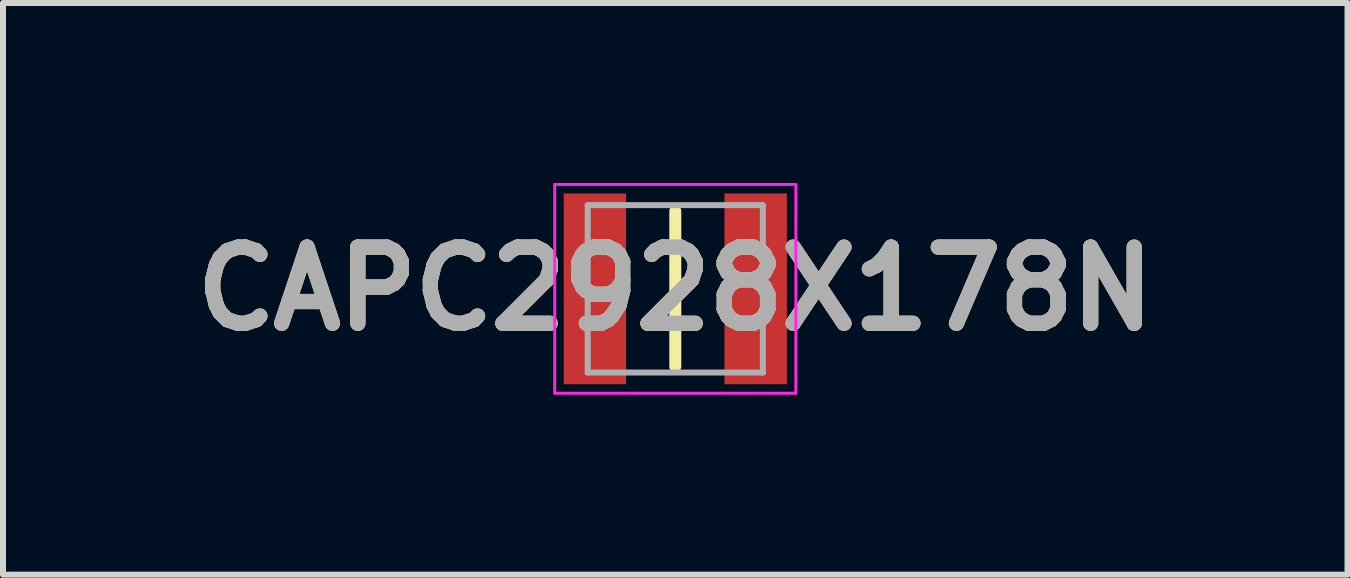
<source format=kicad_pcb>
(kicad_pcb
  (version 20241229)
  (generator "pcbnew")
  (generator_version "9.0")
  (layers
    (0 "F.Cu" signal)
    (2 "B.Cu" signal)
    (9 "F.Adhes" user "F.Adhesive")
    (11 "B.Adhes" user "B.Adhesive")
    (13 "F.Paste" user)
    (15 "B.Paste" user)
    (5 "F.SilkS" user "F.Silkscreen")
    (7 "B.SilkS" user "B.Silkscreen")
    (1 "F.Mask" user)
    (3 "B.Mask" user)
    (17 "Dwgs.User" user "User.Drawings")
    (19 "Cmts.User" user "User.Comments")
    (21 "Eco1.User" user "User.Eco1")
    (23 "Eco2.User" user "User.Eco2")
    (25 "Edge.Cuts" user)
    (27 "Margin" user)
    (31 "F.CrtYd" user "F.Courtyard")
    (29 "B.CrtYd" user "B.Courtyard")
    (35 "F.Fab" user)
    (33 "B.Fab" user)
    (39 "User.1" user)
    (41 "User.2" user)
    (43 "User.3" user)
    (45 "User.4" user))
  (footprint "CAPC2928X178N"
    (layer "F.Cu")
    (at 8.207 1.765)
    (property "Reference" "CAPC2928X178N" (at 0 0 0) (layer "F.SilkS") (effects (font (size 1.27 1.27) (thickness 0.254))))
    (attr smd)
    (fp_line (start 0 -1.295) (end 0 1.295) (stroke (width 0.2) (type solid)) (layer "F.SilkS"))
    (fp_line (start -2.01 -1.74) (end 2.01 -1.74) (stroke (width 0.05) (type solid)) (layer "F.CrtYd"))
    (fp_line (start -2.01 1.74) (end -2.01 -1.74) (stroke (width 0.05) (type solid)) (layer "F.CrtYd"))
    (fp_line (start 2.01 -1.74) (end 2.01 1.74) (stroke (width 0.05) (type solid)) (layer "F.CrtYd"))
    (fp_line (start 2.01 1.74) (end -2.01 1.74) (stroke (width 0.05) (type solid)) (layer "F.CrtYd"))
    (fp_line (start -1.46 -1.395) (end 1.46 -1.395) (stroke (width 0.1) (type solid)) (layer "F.Fab"))
    (fp_line (start -1.46 1.395) (end -1.46 -1.395) (stroke (width 0.1) (type solid)) (layer "F.Fab"))
    (fp_line (start 1.46 -1.395) (end 1.46 1.395) (stroke (width 0.1) (type solid)) (layer "F.Fab"))
    (fp_line (start 1.46 1.395) (end -1.46 1.395) (stroke (width 0.1) (type solid)) (layer "F.Fab"))
    (fp_text user "${REFERENCE}" (at 0 0 0) (layer "F.Fab") (effects (font (size 1.27 1.27) (thickness 0.254))))
    (pad "1" smd rect (at -1.34 0) (size 1.04 3.18) (layers "F.Cu" "F.Mask" "F.Paste"))
    (pad "2" smd rect (at 1.34 0) (size 1.04 3.18) (layers "F.Cu" "F.Mask" "F.Paste")))
  (gr_rect
    (start -3 -3)
    (end 19.413 6.53)
    (stroke (width 0.1) (type default))
    (fill no)
    (layer "Edge.Cuts")))
</source>
